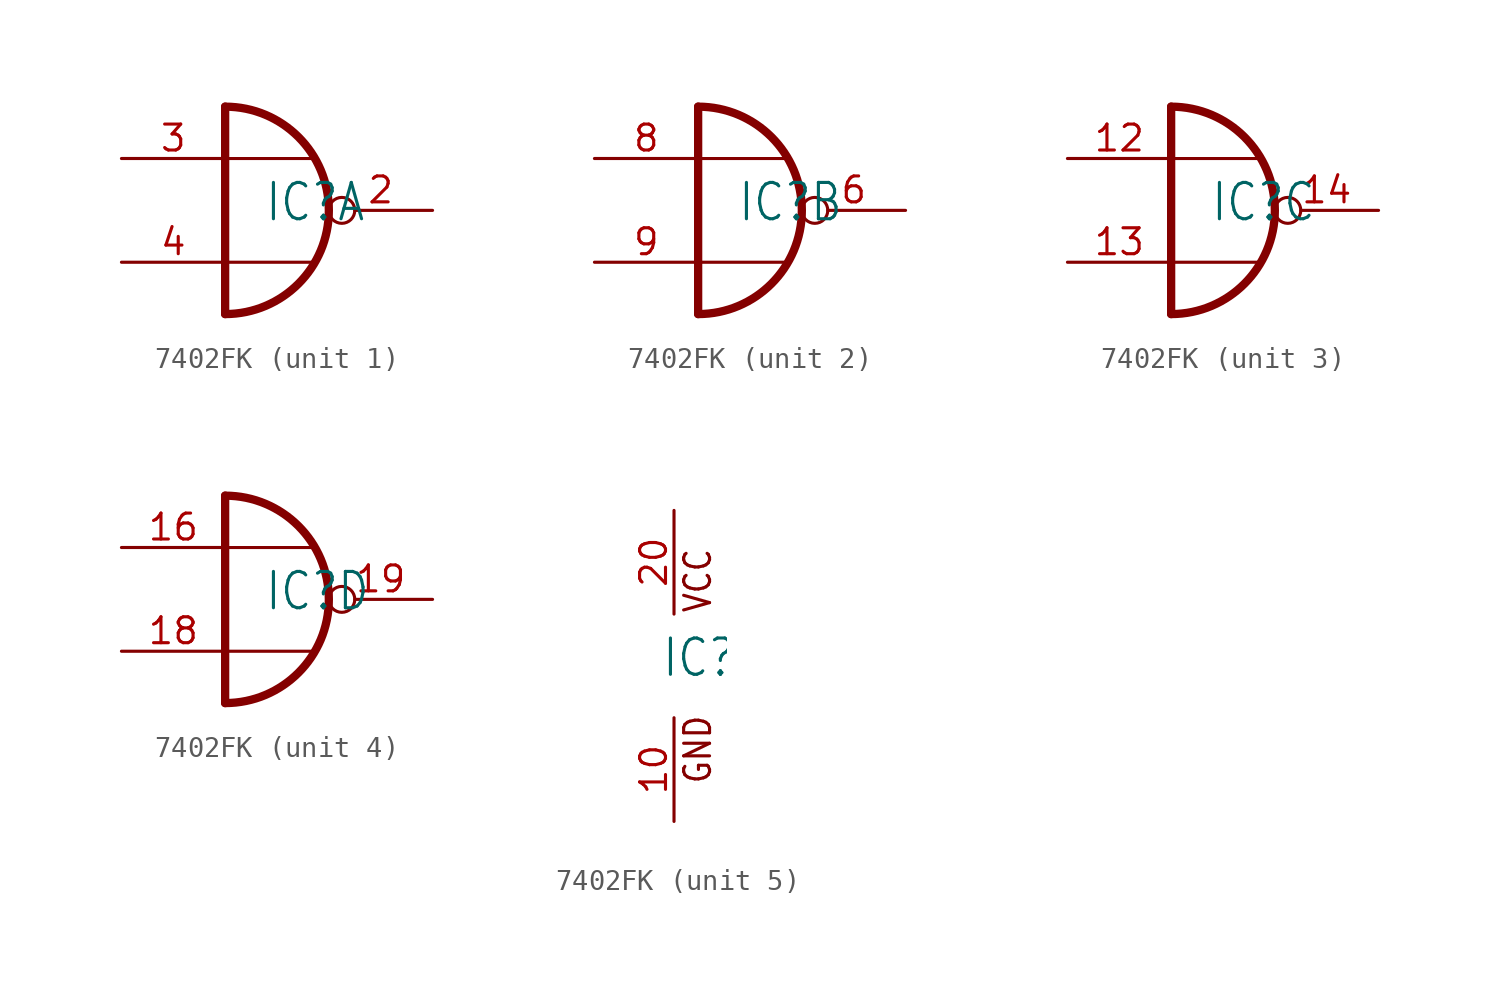
<source format=kicad_sym>
(kicad_symbol_lib
  (version 20211014)
  (generator kicad_symbol_editor)
  (symbol "7402FK"
    (property "Reference" "IC"
      (at -0.635 -0.635 0)
      (effects (font (size 1.778 1.511)) (justify left bottom)))
    (property "ki_locked" ""
      (at 0 0 0)
      (effects (font (size 1.27 1.27))))
    (symbol "7402FK_1_0"
      (arc (start -2.54 -5.08) (mid 2.54 0) (end -2.54 5.08) (stroke (width 0.4064) (type default) (color 0 0 0 0)) (fill (type none)))
      (polyline (pts (xy -2.54 -2.54) (xy -2.54 -5.08)) (stroke (width 0.406) (type default) (color 0 0 0 0)) (fill (type none)))
      (polyline (pts (xy -2.54 5.08) (xy -2.54 -2.54)) (stroke (width 0.406) (type default) (color 0 0 0 0)) (fill (type none)))
      (polyline (pts (xy 1.778 -2.54) (xy -2.54 -2.54)) (stroke (width 0.152) (type default) (color 0 0 0 0)) (fill (type none)))
      (polyline (pts (xy 1.778 2.54) (xy -2.54 2.54)) (stroke (width 0.152) (type default) (color 0 0 0 0)) (fill (type none)))
      (pin output inverted (at 7.62 0 180) (length 5.08) (name "O" (effects (font (size 0 0)))) (number "2" (effects (font (size 1.27 1.27)))))
      (pin input line (at -7.62 2.54 0) (length 5.08) (name "I0" (effects (font (size 0 0)))) (number "3" (effects (font (size 1.27 1.27)))))
      (pin input line (at -7.62 -2.54 0) (length 5.08) (name "I1" (effects (font (size 0 0)))) (number "4" (effects (font (size 1.27 1.27))))))
    (symbol "7402FK_2_0"
      (arc (start -2.54 -5.08) (mid 2.54 0) (end -2.54 5.08) (stroke (width 0.4064) (type default) (color 0 0 0 0)) (fill (type none)))
      (polyline (pts (xy -2.54 -2.54) (xy -2.54 -5.08)) (stroke (width 0.406) (type default) (color 0 0 0 0)) (fill (type none)))
      (polyline (pts (xy -2.54 5.08) (xy -2.54 -2.54)) (stroke (width 0.406) (type default) (color 0 0 0 0)) (fill (type none)))
      (polyline (pts (xy 1.778 -2.54) (xy -2.54 -2.54)) (stroke (width 0.152) (type default) (color 0 0 0 0)) (fill (type none)))
      (polyline (pts (xy 1.778 2.54) (xy -2.54 2.54)) (stroke (width 0.152) (type default) (color 0 0 0 0)) (fill (type none)))
      (pin output inverted (at 7.62 0 180) (length 5.08) (name "O" (effects (font (size 0 0)))) (number "6" (effects (font (size 1.27 1.27)))))
      (pin input line (at -7.62 2.54 0) (length 5.08) (name "I0" (effects (font (size 0 0)))) (number "8" (effects (font (size 1.27 1.27)))))
      (pin input line (at -7.62 -2.54 0) (length 5.08) (name "I1" (effects (font (size 0 0)))) (number "9" (effects (font (size 1.27 1.27))))))
    (symbol "7402FK_3_0"
      (arc (start -2.54 -5.08) (mid 2.54 0) (end -2.54 5.08) (stroke (width 0.4064) (type default) (color 0 0 0 0)) (fill (type none)))
      (polyline (pts (xy -2.54 -2.54) (xy -2.54 -5.08)) (stroke (width 0.406) (type default) (color 0 0 0 0)) (fill (type none)))
      (polyline (pts (xy -2.54 5.08) (xy -2.54 -2.54)) (stroke (width 0.406) (type default) (color 0 0 0 0)) (fill (type none)))
      (polyline (pts (xy 1.778 -2.54) (xy -2.54 -2.54)) (stroke (width 0.152) (type default) (color 0 0 0 0)) (fill (type none)))
      (polyline (pts (xy 1.778 2.54) (xy -2.54 2.54)) (stroke (width 0.152) (type default) (color 0 0 0 0)) (fill (type none)))
      (pin input line (at -7.62 2.54 0) (length 5.08) (name "I0" (effects (font (size 0 0)))) (number "12" (effects (font (size 1.27 1.27)))))
      (pin input line (at -7.62 -2.54 0) (length 5.08) (name "I1" (effects (font (size 0 0)))) (number "13" (effects (font (size 1.27 1.27)))))
      (pin output inverted (at 7.62 0 180) (length 5.08) (name "O" (effects (font (size 0 0)))) (number "14" (effects (font (size 1.27 1.27))))))
    (symbol "7402FK_4_0"
      (arc (start -2.54 -5.08) (mid 2.54 0) (end -2.54 5.08) (stroke (width 0.4064) (type default) (color 0 0 0 0)) (fill (type none)))
      (polyline (pts (xy -2.54 -2.54) (xy -2.54 -5.08)) (stroke (width 0.406) (type default) (color 0 0 0 0)) (fill (type none)))
      (polyline (pts (xy -2.54 5.08) (xy -2.54 -2.54)) (stroke (width 0.406) (type default) (color 0 0 0 0)) (fill (type none)))
      (polyline (pts (xy 1.778 -2.54) (xy -2.54 -2.54)) (stroke (width 0.152) (type default) (color 0 0 0 0)) (fill (type none)))
      (polyline (pts (xy 1.778 2.54) (xy -2.54 2.54)) (stroke (width 0.152) (type default) (color 0 0 0 0)) (fill (type none)))
      (pin input line (at -7.62 2.54 0) (length 5.08) (name "I0" (effects (font (size 0 0)))) (number "16" (effects (font (size 1.27 1.27)))))
      (pin input line (at -7.62 -2.54 0) (length 5.08) (name "I1" (effects (font (size 0 0)))) (number "18" (effects (font (size 1.27 1.27)))))
      (pin output inverted (at 7.62 0 180) (length 5.08) (name "O" (effects (font (size 0 0)))) (number "19" (effects (font (size 1.27 1.27))))))
    (symbol "7402FK_5_0"
      (text "GND" (at 1.905 -5.842 900) (effects (font (size 1.27 1.079)) (justify left bottom)))
      (text "VCC" (at 1.905 2.54 900) (effects (font (size 1.27 1.079)) (justify left bottom)))
      (pin power_in line (at 0 -7.62 90) (length 5.08) (name "GND" (effects (font (size 0 0)))) (number "10" (effects (font (size 1.27 1.27)))))
      (pin power_in line (at 0 7.62 270) (length 5.08) (name "VCC" (effects (font (size 0 0)))) (number "20" (effects (font (size 1.27 1.27))))))))
</source>
